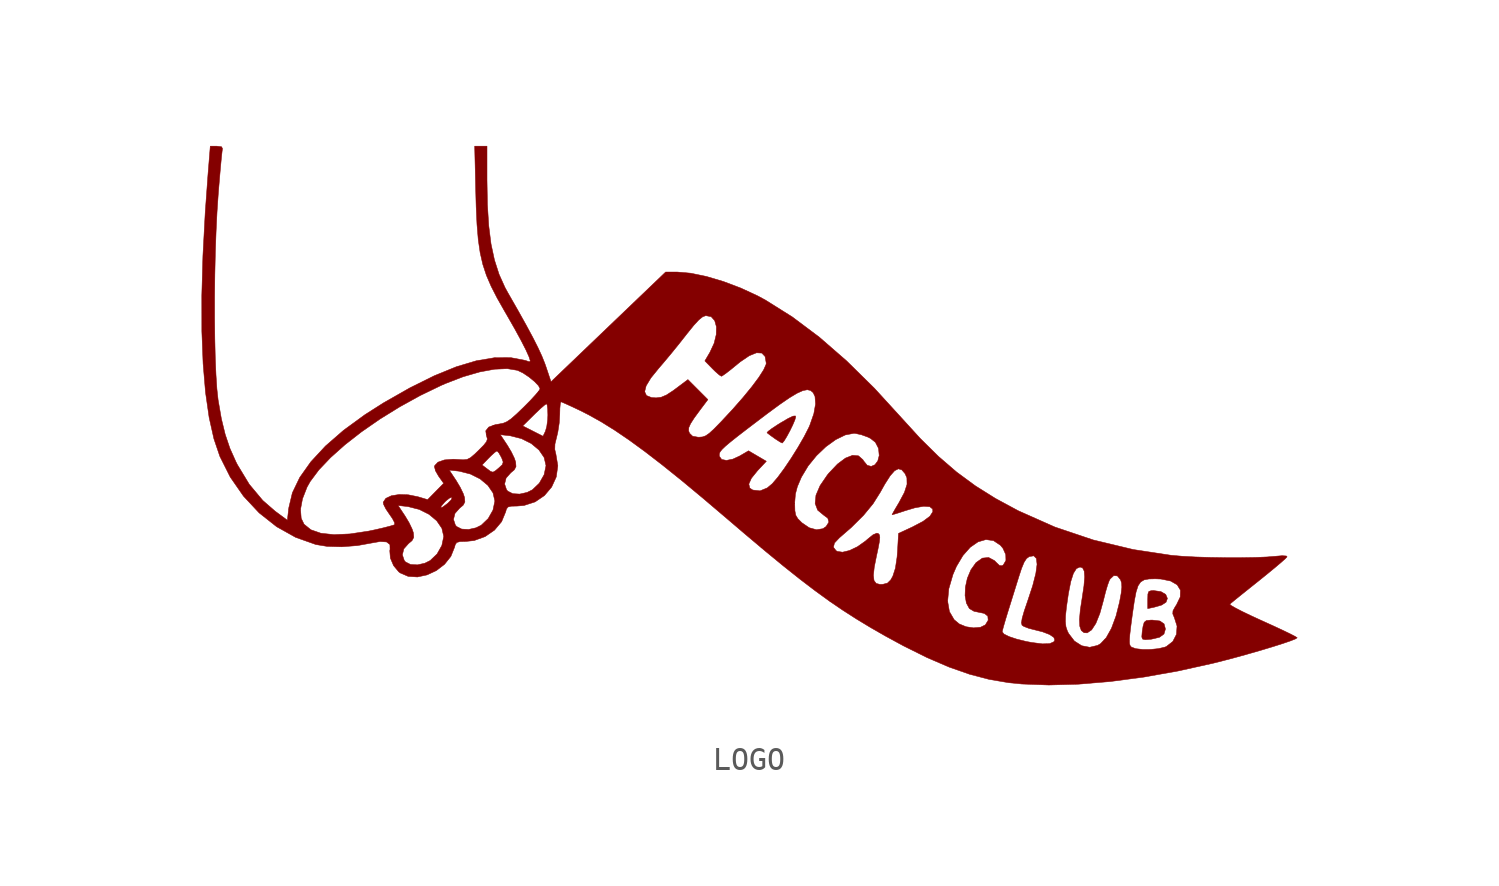
<source format=kicad_sym>
(kicad_symbol_lib
  (version 20220914)
  (generator "bitmap2component")
  (generator_version "9.0")
  (symbol "LOGO"
    (pin_names
      (offset 1.016))
    (property "Reference" "#G"
      (at 0 12.7 0)
      (effects (font (size 1.27 1.27)) hide))
    (symbol "LOGO_0_0"
      (polyline (pts (xy 14.29 -9.829) (xy 15.659 -9.715) (xy 17.097 -9.525) (xy 18.581 -9.261) (xy 20.089 -8.927) (xy 20.505 -8.822) (xy 21.06 -8.676) (xy 21.618 -8.521) (xy 22.157 -8.366) (xy 22.651 -8.217) (xy 23.077 -8.082) (xy 23.411 -7.968) (xy 23.629 -7.882) (xy 23.707 -7.832) (xy 23.706 -7.83) (xy 23.621 -7.774) (xy 23.406 -7.663) (xy 23.085 -7.508) (xy 22.683 -7.321) (xy 22.222 -7.112) (xy 22.173 -7.09) (xy 21.723 -6.883) (xy 21.338 -6.698) (xy 21.042 -6.545) (xy 20.857 -6.437) (xy 20.804 -6.385) (xy 20.873 -6.327) (xy 21.056 -6.177) (xy 21.329 -5.957) (xy 21.67 -5.684) (xy 22.056 -5.376) (xy 22.398 -5.1) (xy 22.74 -4.819) (xy 23.014 -4.587) (xy 23.198 -4.423) (xy 23.272 -4.345) (xy 23.241 -4.31) (xy 23.059 -4.298) (xy 22.721 -4.326) (xy 22.416 -4.351) (xy 21.907 -4.373) (xy 21.302 -4.383) (xy 20.643 -4.383) (xy 19.971 -4.372) (xy 19.327 -4.352) (xy 18.752 -4.321) (xy 18.288 -4.281) (xy 16.649 -4.032) (xy 14.925 -3.619) (xy 13.274 -3.063) (xy 11.71 -2.368) (xy 11.675 -2.35) (xy 10.717 -1.833) (xy 9.851 -1.29) (xy 9.044 -0.696) (xy 8.265 -0.025) (xy 7.48 0.749) (xy 6.657 1.651) (xy 5.503 2.913) (xy 4.306 4.091) (xy 3.129 5.114) (xy 1.965 5.986) (xy 0.807 6.712) (xy 0.473 6.892) (xy -0.249 7.226) (xy -0.997 7.508) (xy -1.73 7.726) (xy -2.408 7.866) (xy -2.991 7.916) (xy -3.484 7.916) (xy -5.951 5.554) (xy -8.419 3.191) (xy -8.641 3.853) (xy -8.687 3.983) (xy -8.813 4.298) (xy -8.982 4.664) (xy -9.203 5.1) (xy -9.485 5.624) (xy -9.837 6.255) (xy -10.27 7.012) (xy -10.401 7.25) (xy -10.656 7.817) (xy -10.854 8.434) (xy -11.002 9.125) (xy -11.101 9.913) (xy -11.158 10.821) (xy -11.176 11.872) (xy -11.176 13.335) (xy -11.441 13.335) (xy -11.705 13.335) (xy -11.658 11.324) (xy -11.642 10.729) (xy -11.606 9.961) (xy -11.552 9.312) (xy -11.471 8.751) (xy -11.357 8.249) (xy -11.201 7.775) (xy -10.996 7.3) (xy -10.736 6.792) (xy -10.413 6.223) (xy -10.324 6.07) (xy -9.982 5.472) (xy -9.705 4.964) (xy -9.497 4.557) (xy -9.364 4.261) (xy -9.311 4.088) (xy -9.344 4.048) (xy -9.525 4.11) (xy -10.154 4.23) (xy -10.856 4.226) (xy -11.635 4.095) (xy -12.497 3.837) (xy -13.447 3.449) (xy -14.491 2.931) (xy -15.633 2.281) (xy -16.43 1.774) (xy -17.352 1.101) (xy -18.131 0.423) (xy -18.76 -0.255) (xy -19.237 -0.928) (xy -19.555 -1.59) (xy -19.709 -2.236) (xy -19.717 -2.302) (xy -19.204 -2.302) (xy -19.119 -1.847) (xy -18.923 -1.344) (xy -18.787 -1.102) (xy -18.414 -0.603) (xy -17.909 -0.072) (xy -17.29 0.48) (xy -16.576 1.037) (xy -15.785 1.585) (xy -14.934 2.111) (xy -14.044 2.602) (xy -13.132 3.042) (xy -12.959 3.117) (xy -12.201 3.408) (xy -11.491 3.614) (xy -10.85 3.732) (xy -10.302 3.756) (xy -9.867 3.684) (xy -9.85 3.678) (xy -9.619 3.565) (xy -9.364 3.394) (xy -9.129 3.201) (xy -8.957 3.021) (xy -8.89 2.888) (xy -8.939 2.804) (xy -8.971 2.765) (xy -4.387 2.765) (xy -4.324 3.017) (xy -4.119 3.356) (xy -3.772 3.784) (xy -3.593 3.991) (xy -3.265 4.383) (xy -2.919 4.809) (xy -2.605 5.207) (xy -2.561 5.264) (xy -2.273 5.62) (xy -2.056 5.855) (xy -1.891 5.988) (xy -1.758 6.038) (xy -1.751 6.038) (xy -1.524 5.994) (xy -1.372 5.824) (xy -1.298 5.559) (xy -1.305 5.224) (xy -1.396 4.85) (xy -1.575 4.464) (xy -1.795 4.089) (xy -1.473 3.759) (xy -1.341 3.629) (xy -1.175 3.485) (xy -1.083 3.429) (xy -1.049 3.444) (xy -0.904 3.543) (xy -0.68 3.716) (xy -0.41 3.937) (xy -0.27 4.051) (xy 0.118 4.313) (xy 0.428 4.439) (xy 0.657 4.427) (xy 0.798 4.278) (xy 0.847 3.992) (xy 0.838 3.934) (xy 0.736 3.706) (xy 0.53 3.383) (xy 0.231 2.982) (xy -0.148 2.519) (xy -0.594 2.011) (xy -1.094 1.474) (xy -1.109 1.459) (xy -1.396 1.165) (xy -1.603 0.974) (xy -1.76 0.865) (xy -1.899 0.816) (xy -2.05 0.804) (xy -2.083 0.804) (xy -2.323 0.847) (xy -2.455 0.974) (xy -2.495 1.079) (xy -2.489 1.212) (xy -2.413 1.385) (xy -2.256 1.63) (xy -2.004 1.974) (xy -1.665 2.424) (xy -2.095 2.855) (xy -2.525 3.285) (xy -3.049 2.892) (xy -3.162 2.808) (xy -3.449 2.621) (xy -3.677 2.525) (xy -3.893 2.498) (xy -4.09 2.511) (xy -4.309 2.598) (xy -4.387 2.765) (xy -8.971 2.765) (xy -9.088 2.626) (xy -9.312 2.383) (xy -9.589 2.103) (xy -9.903 1.801) (xy -10.135 1.597) (xy -10.317 1.473) (xy -10.481 1.405) (xy -10.659 1.371) (xy -10.817 1.345) (xy -10.967 1.29) (xy -9.637 1.29) (xy -9.155 1.767) (xy -9.091 1.83) (xy -8.868 2.041) (xy -8.697 2.188) (xy -8.613 2.244) (xy -8.586 2.195) (xy -8.563 2.018) (xy -8.555 1.757) (xy -8.564 1.555) (xy -8.603 1.262) (xy -8.661 1.058) (xy -8.763 0.847) (xy -9.2 1.068) (xy -9.637 1.29) (xy -10.967 1.29) (xy -11.102 1.24) (xy -11.229 1.079) (xy -11.206 0.913) (xy -10.601 0.913) (xy -10.215 0.87) (xy -10.167 0.864) (xy -9.691 0.743) (xy -9.271 0.533) (xy -8.937 0.254) (xy -8.716 -0.069) (xy -8.636 -0.415) (xy -8.636 -0.426) (xy -8.716 -0.81) (xy -8.923 -1.175) (xy -9.22 -1.459) (xy -9.446 -1.572) (xy -9.767 -1.644) (xy -10.065 -1.627) (xy -10.281 -1.518) (xy -10.335 -1.454) (xy -10.417 -1.211) (xy -10.353 -0.954) (xy -10.151 -0.727) (xy -10.001 -0.601) (xy -9.927 -0.46) (xy -9.942 -0.266) (xy -9.996 -0.102) (xy -10.128 0.171) (xy -10.298 0.457) (xy -10.601 0.913) (xy -11.206 0.913) (xy -11.198 0.861) (xy -11.189 0.841) (xy -11.16 0.727) (xy -11.196 0.612) (xy -11.317 0.46) (xy -11.543 0.232) (xy -11.699 0.081) (xy -11.882 -0.075) (xy -12.031 -0.151) (xy -12.201 -0.169) (xy -12.446 -0.153) (xy -12.634 -0.143) (xy -13.011 -0.174) (xy -13.287 -0.271) (xy -13.399 -0.391) (xy -11.388 -0.391) (xy -11.096 -0.089) (xy -10.993 0.014) (xy -10.834 0.156) (xy -10.747 0.212) (xy -10.739 0.21) (xy -10.661 0.123) (xy -10.56 -0.055) (xy -10.539 -0.099) (xy -10.479 -0.264) (xy -10.516 -0.379) (xy -10.668 -0.52) (xy -10.804 -0.635) (xy -10.917 -0.7) (xy -11.018 -0.671) (xy -11.176 -0.553) (xy -11.388 -0.391) (xy -13.399 -0.391) (xy -13.432 -0.426) (xy -13.439 -0.468) (xy -13.399 -0.611) (xy -12.802 -0.611) (xy -12.416 -0.654) (xy -12.368 -0.66) (xy -11.892 -0.781) (xy -11.473 -0.991) (xy -11.138 -1.27) (xy -10.917 -1.593) (xy -10.838 -1.939) (xy -10.838 -1.95) (xy -10.918 -2.334) (xy -11.124 -2.699) (xy -11.421 -2.983) (xy -11.648 -3.096) (xy -11.969 -3.168) (xy -12.266 -3.151) (xy -12.482 -3.042) (xy -12.537 -2.978) (xy -12.618 -2.735) (xy -12.555 -2.478) (xy -12.353 -2.251) (xy -12.203 -2.125) (xy -12.128 -1.984) (xy -12.143 -1.79) (xy -12.197 -1.626) (xy -12.329 -1.353) (xy -12.499 -1.067) (xy -12.802 -0.611) (xy -13.399 -0.611) (xy -13.39 -0.647) (xy -13.262 -0.87) (xy -13.041 -1.181) (xy -13.386 -1.532) (xy -13.731 -1.884) (xy -14.118 -1.768) (xy -14.152 -1.758) (xy -14.568 -1.675) (xy -14.959 -1.663) (xy -15.292 -1.716) (xy -15.532 -1.829) (xy -15.645 -1.997) (xy -15.627 -2.088) (xy -15.604 -2.135) (xy -15.004 -2.135) (xy -14.618 -2.178) (xy -14.57 -2.184) (xy -14.367 -2.236) (xy -13.168 -2.236) (xy -13.147 -2.166) (xy -12.999 -1.993) (xy -12.941 -1.935) (xy -12.784 -1.813) (xy -12.687 -1.786) (xy -12.677 -1.799) (xy -12.721 -1.896) (xy -12.86 -2.037) (xy -12.878 -2.052) (xy -13.075 -2.199) (xy -13.168 -2.236) (xy -14.367 -2.236) (xy -14.093 -2.305) (xy -13.674 -2.515) (xy -13.34 -2.794) (xy -13.119 -3.117) (xy -13.039 -3.463) (xy -13.039 -3.474) (xy -13.119 -3.858) (xy -13.325 -4.223) (xy -13.623 -4.507) (xy -13.849 -4.62) (xy -14.17 -4.692) (xy -14.468 -4.675) (xy -14.684 -4.566) (xy -14.738 -4.502) (xy -14.819 -4.259) (xy -14.756 -4.002) (xy -14.554 -3.775) (xy -14.404 -3.649) (xy -14.329 -3.508) (xy -14.344 -3.314) (xy -14.399 -3.15) (xy -14.53 -2.877) (xy -14.701 -2.591) (xy -15.004 -2.135) (xy -15.604 -2.135) (xy -15.529 -2.285) (xy -15.37 -2.519) (xy -15.246 -2.698) (xy -15.155 -2.874) (xy -15.152 -2.961) (xy -15.185 -2.975) (xy -15.359 -3.027) (xy -15.637 -3.098) (xy -15.978 -3.177) (xy -16.274 -3.239) (xy -17.077 -3.36) (xy -17.763 -3.391) (xy -18.325 -3.331) (xy -18.758 -3.181) (xy -19.053 -2.941) (xy -19.175 -2.685) (xy -19.204 -2.302) (xy -19.717 -2.302) (xy -19.77 -2.77) (xy -20.296 -2.382) (xy -20.829 -1.919) (xy -21.411 -1.223) (xy -21.921 -0.381) (xy -21.986 -0.253) (xy -22.244 0.324) (xy -22.447 0.925) (xy -22.611 1.597) (xy -22.749 2.391) (xy -22.753 2.417) (xy -22.804 2.884) (xy -22.844 3.494) (xy -22.875 4.221) (xy -22.894 5.04) (xy -22.904 5.927) (xy -22.904 6.856) (xy -22.893 7.802) (xy -22.872 8.741) (xy -22.84 9.647) (xy -22.799 10.495) (xy -22.747 11.261) (xy -22.728 11.498) (xy -22.684 12.026) (xy -22.643 12.489) (xy -22.608 12.862) (xy -22.58 13.117) (xy -22.563 13.229) (xy -22.605 13.309) (xy -22.808 13.335) (xy -23.089 13.335) (xy -23.19 12.086) (xy -23.307 10.475) (xy -23.406 8.616) (xy -23.454 6.911) (xy -23.452 5.361) (xy -23.398 3.968) (xy -23.294 2.732) (xy -23.139 1.654) (xy -22.933 0.735) (xy -22.676 -0.022) (xy -22.23 -0.912) (xy -21.658 -1.735) (xy -20.987 -2.453) (xy -20.233 -3.049) (xy -19.413 -3.508) (xy -18.542 -3.817) (xy -18.059 -3.896) (xy -17.431 -3.914) (xy -16.752 -3.861) (xy -16.077 -3.739) (xy -15.776 -3.687) (xy -15.499 -3.705) (xy -15.355 -3.817) (xy -15.349 -4.02) (xy -15.361 -4.086) (xy -15.335 -4.401) (xy -15.198 -4.724) (xy -14.977 -4.99) (xy -14.916 -5.037) (xy -14.568 -5.188) (xy -14.17 -5.213) (xy -13.755 -5.124) (xy -13.355 -4.938) (xy -13.003 -4.668) (xy -12.731 -4.327) (xy -12.572 -3.932) (xy -12.543 -3.822) (xy -12.478 -3.728) (xy -12.342 -3.69) (xy -12.085 -3.683) (xy -11.725 -3.644) (xy -11.257 -3.475) (xy -10.852 -3.196) (xy -10.546 -2.832) (xy -10.371 -2.408) (xy -10.339 -2.289) (xy -10.272 -2.201) (xy -10.132 -2.166) (xy -9.87 -2.159) (xy -9.581 -2.135) (xy -9.104 -1.981) (xy -8.702 -1.708) (xy -8.392 -1.341) (xy -8.193 -0.905) (xy -8.126 -0.426) (xy -8.208 0.07) (xy -8.257 0.279) (xy -8.25 0.508) (xy -8.175 0.815) (xy -8.126 1.022) (xy -8.066 1.415) (xy -8.043 1.793) (xy -8.037 2.05) (xy -8.019 2.251) (xy -7.994 2.328) (xy -7.945 2.312) (xy -7.768 2.235) (xy -7.497 2.111) (xy -7.168 1.955) (xy -6.796 1.767) (xy -6.251 1.462) (xy -5.674 1.103) (xy -5.053 0.681) (xy -4.375 0.186) (xy -4.158 0.019) (xy -1.176 0.019) (xy -1.173 0.094) (xy -1.138 0.176) (xy -1.055 0.279) (xy -0.911 0.417) (xy -0.69 0.603) (xy -0.378 0.851) (xy 0.04 1.173) (xy 0.579 1.583) (xy 0.905 1.83) (xy 1.429 2.215) (xy 1.847 2.502) (xy 2.174 2.698) (xy 2.425 2.811) (xy 2.613 2.848) (xy 2.756 2.817) (xy 2.866 2.724) (xy 2.947 2.557) (xy 2.97 2.232) (xy 2.896 1.813) (xy 2.726 1.326) (xy 2.68 1.22) (xy 2.479 0.827) (xy 2.217 0.373) (xy 1.922 -0.099) (xy 1.621 -0.546) (xy 1.34 -0.926) (xy 1.108 -1.197) (xy 0.892 -1.378) (xy 0.581 -1.506) (xy 0.267 -1.47) (xy 0.139 -1.387) (xy 0.097 -1.212) (xy 0.207 -0.964) (xy 0.468 -0.641) (xy 0.852 -0.231) (xy 0.468 -0.006) (xy 0.085 0.219) (xy -0.293 -0.002) (xy -0.589 -0.139) (xy -0.866 -0.194) (xy -1.071 -0.154) (xy -1.171 -0.017) (xy -1.176 0.019) (xy -4.158 0.019) (xy -3.627 -0.391) (xy -2.797 -1.058) (xy -1.873 -1.826) (xy -1.598 -2.06) (xy 2.074 -2.06) (xy 2.075 -1.986) (xy 2.103 -1.644) (xy 2.187 -1.325) (xy 2.347 -0.948) (xy 2.367 -0.906) (xy 2.652 -0.432) (xy 3.012 0.01) (xy 3.417 0.396) (xy 3.84 0.701) (xy 4.25 0.901) (xy 4.62 0.972) (xy 4.682 0.968) (xy 4.942 0.911) (xy 5.219 0.811) (xy 5.336 0.753) (xy 5.547 0.585) (xy 5.669 0.349) (xy 5.685 0.297) (xy 5.711 0.015) (xy 5.649 -0.219) (xy 5.525 -0.383) (xy 5.365 -0.452) (xy 5.195 -0.405) (xy 5.04 -0.217) (xy 5.01 -0.165) (xy 4.819 0.002) (xy 4.564 0.024) (xy 4.259 -0.095) (xy 3.916 -0.351) (xy 3.546 -0.74) (xy 3.481 -0.819) (xy 3.165 -1.281) (xy 2.988 -1.694) (xy 2.953 -2.049) (xy 3.061 -2.336) (xy 3.312 -2.545) (xy 3.498 -2.683) (xy 3.544 -2.851) (xy 3.423 -3.042) (xy 3.287 -3.135) (xy 3.01 -3.179) (xy 2.698 -3.094) (xy 2.39 -2.885) (xy 2.371 -2.868) (xy 2.206 -2.702) (xy 2.117 -2.553) (xy 2.081 -2.36) (xy 2.074 -2.06) (xy -1.598 -2.06) (xy -0.84 -2.704) (xy -0.072 -3.36) (xy 0.609 -3.933) (xy 3.739 -3.933) (xy 3.786 -3.749) (xy 3.996 -3.527) (xy 4.508 -3.083) (xy 5.035 -2.56) (xy 5.445 -2.062) (xy 5.756 -1.568) (xy 5.952 -1.217) (xy 6.183 -0.856) (xy 6.374 -0.639) (xy 6.537 -0.557) (xy 6.682 -0.601) (xy 6.823 -0.762) (xy 6.903 -0.943) (xy 6.909 -1.225) (xy 6.796 -1.575) (xy 6.561 -2.015) (xy 6.559 -2.018) (xy 6.411 -2.267) (xy 6.306 -2.451) (xy 6.265 -2.53) (xy 6.266 -2.53) (xy 6.354 -2.512) (xy 6.558 -2.45) (xy 6.837 -2.358) (xy 7.245 -2.236) (xy 7.627 -2.169) (xy 7.887 -2.187) (xy 8.014 -2.289) (xy 8.02 -2.404) (xy 7.893 -2.6) (xy 7.601 -2.818) (xy 7.145 -3.058) (xy 6.543 -3.338) (xy 6.5 -4.095) (xy 6.481 -4.349) (xy 6.408 -4.836) (xy 6.298 -5.177) (xy 6.207 -5.34) (xy 6.066 -5.478) (xy 5.869 -5.529) (xy 5.747 -5.534) (xy 5.581 -5.492) (xy 5.487 -5.366) (xy 5.461 -5.139) (xy 5.498 -4.79) (xy 5.596 -4.301) (xy 5.659 -4.009) (xy 5.717 -3.703) (xy 5.737 -3.51) (xy 5.721 -3.401) (xy 5.672 -3.344) (xy 5.609 -3.328) (xy 5.447 -3.395) (xy 5.206 -3.59) (xy 5.117 -3.668) (xy 4.777 -3.909) (xy 4.435 -4.073) (xy 4.131 -4.146) (xy 3.904 -4.111) (xy 3.855 -4.082) (xy 3.739 -3.933) (xy 0.609 -3.933) (xy 0.8 -4.094) (xy 1.581 -4.736) (xy 2.287 -5.298) (xy 2.938 -5.795) (xy 3.55 -6.239) (xy 3.575 -6.257) (xy 8.657 -6.257) (xy 8.707 -5.722) (xy 8.885 -5.11) (xy 9.036 -4.76) (xy 9.316 -4.29) (xy 9.631 -3.934) (xy 9.966 -3.702) (xy 10.305 -3.603) (xy 10.631 -3.648) (xy 10.928 -3.846) (xy 11.039 -3.979) (xy 11.159 -4.247) (xy 11.167 -4.502) (xy 11.054 -4.695) (xy 10.997 -4.731) (xy 10.889 -4.718) (xy 10.742 -4.578) (xy 10.677 -4.511) (xy 10.422 -4.375) (xy 10.152 -4.402) (xy 9.883 -4.594) (xy 9.875 -4.602) (xy 9.658 -4.907) (xy 9.506 -5.268) (xy 9.422 -5.649) (xy 9.408 -6.016) (xy 9.464 -6.335) (xy 9.592 -6.572) (xy 9.793 -6.691) (xy 9.949 -6.723) (xy 10.202 -6.775) (xy 10.239 -6.785) (xy 10.387 -6.898) (xy 10.403 -7.077) (xy 10.281 -7.275) (xy 10.279 -7.277) (xy 10.071 -7.379) (xy 9.775 -7.404) (xy 9.451 -7.356) (xy 9.16 -7.237) (xy 8.938 -7.053) (xy 8.734 -6.704) (xy 8.657 -6.257) (xy 3.575 -6.257) (xy 4.142 -6.644) (xy 4.731 -7.022) (xy 5.335 -7.388) (xy 5.666 -7.577) (xy 11.007 -7.577) (xy 11.015 -7.529) (xy 11.064 -7.342) (xy 11.147 -7.056) (xy 11.252 -6.711) (xy 11.28 -6.622) (xy 11.43 -6.141) (xy 11.59 -5.627) (xy 11.73 -5.178) (xy 11.839 -4.846) (xy 11.949 -4.58) (xy 12.053 -4.421) (xy 12.168 -4.337) (xy 12.172 -4.335) (xy 12.366 -4.303) (xy 12.478 -4.416) (xy 12.507 -4.669) (xy 12.454 -5.061) (xy 12.32 -5.587) (xy 12.104 -6.243) (xy 11.954 -6.682) (xy 11.865 -6.993) (xy 11.84 -7.159) (xy 13.727 -7.159) (xy 13.733 -6.888) (xy 13.772 -6.519) (xy 13.844 -6.017) (xy 13.857 -5.928) (xy 13.958 -5.413) (xy 14.072 -5.057) (xy 14.203 -4.851) (xy 14.356 -4.784) (xy 14.469 -4.823) (xy 14.538 -4.961) (xy 14.557 -5.213) (xy 14.526 -5.596) (xy 14.447 -6.125) (xy 14.37 -6.625) (xy 14.333 -7.043) (xy 14.347 -7.335) (xy 14.412 -7.518) (xy 14.53 -7.612) (xy 14.667 -7.62) (xy 14.856 -7.492) (xy 15.039 -7.211) (xy 15.21 -6.785) (xy 15.365 -6.223) (xy 15.373 -6.19) (xy 15.458 -5.853) (xy 15.544 -5.562) (xy 15.612 -5.377) (xy 15.654 -5.299) (xy 15.808 -5.155) (xy 15.967 -5.167) (xy 16.103 -5.336) (xy 16.146 -5.469) (xy 16.157 -5.651) (xy 16.129 -5.912) (xy 16.058 -6.295) (xy 15.906 -6.897) (xy 15.711 -7.423) (xy 15.486 -7.826) (xy 15.386 -7.932) (xy 16.483 -7.932) (xy 16.501 -7.697) (xy 16.542 -7.348) (xy 16.607 -6.858) (xy 16.62 -6.765) (xy 16.697 -6.24) (xy 16.771 -5.856) (xy 16.856 -5.593) (xy 16.968 -5.428) (xy 17.119 -5.337) (xy 17.325 -5.299) (xy 17.599 -5.292) (xy 17.841 -5.302) (xy 18.257 -5.387) (xy 18.54 -5.551) (xy 18.681 -5.783) (xy 18.672 -6.074) (xy 18.508 -6.415) (xy 18.456 -6.492) (xy 18.359 -6.669) (xy 18.351 -6.802) (xy 18.418 -6.962) (xy 18.534 -7.327) (xy 18.509 -7.685) (xy 18.352 -7.991) (xy 18.073 -8.209) (xy 18.012 -8.233) (xy 17.735 -8.299) (xy 17.395 -8.333) (xy 17.051 -8.334) (xy 16.758 -8.301) (xy 16.573 -8.234) (xy 16.562 -8.225) (xy 16.514 -8.169) (xy 16.488 -8.081) (xy 16.483 -7.932) (xy 15.386 -7.932) (xy 15.243 -8.084) (xy 15.116 -8.159) (xy 14.774 -8.24) (xy 14.43 -8.174) (xy 14.115 -7.972) (xy 13.864 -7.644) (xy 13.813 -7.541) (xy 13.753 -7.365) (xy 13.727 -7.159) (xy 11.84 -7.159) (xy 11.836 -7.189) (xy 11.86 -7.29) (xy 11.94 -7.343) (xy 12.153 -7.425) (xy 12.431 -7.496) (xy 12.745 -7.575) (xy 13.046 -7.69) (xy 13.23 -7.815) (xy 13.272 -7.935) (xy 13.228 -8.005) (xy 13.049 -8.084) (xy 12.735 -8.093) (xy 12.276 -8.034) (xy 12.036 -7.989) (xy 11.63 -7.889) (xy 11.303 -7.78) (xy 11.086 -7.673) (xy 11.007 -7.577) (xy 5.666 -7.577) (xy 5.972 -7.753) (xy 6.744 -8.173) (xy 7.773 -8.685) (xy 8.719 -9.092) (xy 9.604 -9.402) (xy 10.449 -9.623) (xy 11.278 -9.764) (xy 11.847 -9.821) (xy 13.012 -9.865) (xy 14.29 -9.829)) (stroke (width 0.01) (type default)) (fill (type outline)))
      (polyline (pts (xy 17.399 -7.895) (xy 17.432 -7.891) (xy 17.776 -7.811) (xy 17.971 -7.669) (xy 18.034 -7.457) (xy 18.034 -7.451) (xy 17.975 -7.232) (xy 17.795 -7.108) (xy 17.477 -7.07) (xy 17.405 -7.07) (xy 17.212 -7.09) (xy 17.12 -7.166) (xy 17.071 -7.334) (xy 17.035 -7.562) (xy 17.018 -7.769) (xy 17.019 -7.803) (xy 17.052 -7.888) (xy 17.164 -7.913) (xy 17.399 -7.895)) (stroke (width 0.01) (type default)) (fill (type outline)))
      (polyline (pts (xy 17.547 -6.516) (xy 17.87 -6.423) (xy 18.06 -6.3) (xy 18.119 -6.138) (xy 18.047 -5.965) (xy 17.841 -5.844) (xy 17.532 -5.8) (xy 17.425 -5.802) (xy 17.32 -5.837) (xy 17.279 -5.95) (xy 17.272 -6.187) (xy 17.272 -6.575) (xy 17.547 -6.516)) (stroke (width 0.01) (type default)) (fill (type outline)))
      (polyline (pts (xy 1.541 0.556) (xy 1.617 0.645) (xy 1.733 0.835) (xy 1.865 1.079) (xy 1.989 1.333) (xy 2.081 1.549) (xy 2.117 1.682) (xy 2.098 1.721) (xy 1.998 1.71) (xy 1.797 1.615) (xy 1.477 1.428) (xy 1.341 1.344) (xy 1.091 1.179) (xy 0.928 1.056) (xy 0.88 0.997) (xy 0.895 0.984) (xy 1.016 0.891) (xy 1.202 0.756) (xy 1.262 0.715) (xy 1.438 0.602) (xy 1.533 0.554) (xy 1.541 0.556)) (stroke (width 0.01) (type default)) (fill (type outline))))))
</source>
